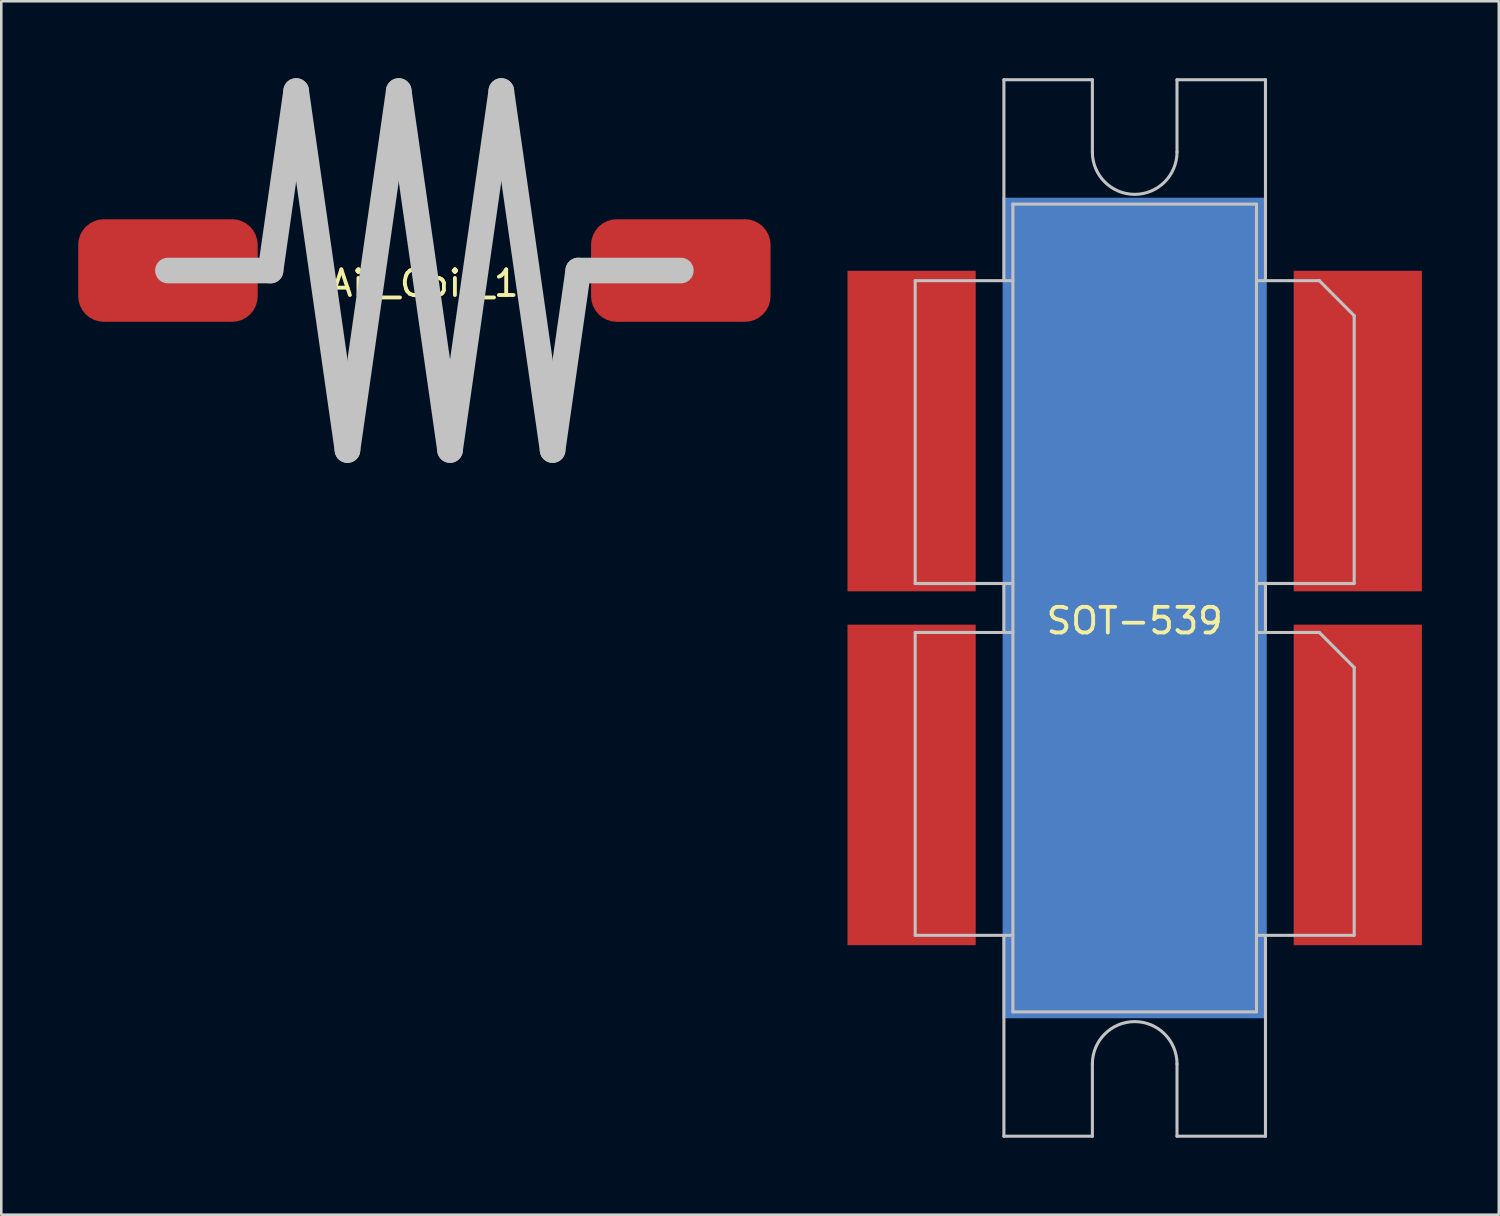
<source format=kicad_pcb>
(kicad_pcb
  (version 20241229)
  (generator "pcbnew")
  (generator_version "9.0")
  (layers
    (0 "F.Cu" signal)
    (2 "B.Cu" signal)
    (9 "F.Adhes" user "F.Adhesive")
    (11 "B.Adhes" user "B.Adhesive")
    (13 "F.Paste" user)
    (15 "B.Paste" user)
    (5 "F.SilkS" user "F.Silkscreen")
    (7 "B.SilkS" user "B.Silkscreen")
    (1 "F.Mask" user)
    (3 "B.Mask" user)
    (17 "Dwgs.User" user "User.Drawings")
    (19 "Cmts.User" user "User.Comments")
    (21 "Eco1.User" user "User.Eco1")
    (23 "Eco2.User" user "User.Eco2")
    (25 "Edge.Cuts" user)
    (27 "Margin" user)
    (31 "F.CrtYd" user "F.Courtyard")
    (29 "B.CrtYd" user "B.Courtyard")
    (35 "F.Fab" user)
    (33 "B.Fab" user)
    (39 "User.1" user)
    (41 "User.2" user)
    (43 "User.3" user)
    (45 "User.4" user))
  (footprint "SOT-539"
    (layer "F.Cu")
    (at 41.2 20.66)
    (property "Reference" "SOT-539" (at 0 0.5 0) (layer "F.SilkS") (effects (font (size 1 1) (thickness 0.15))))
    (attr through_hole)
    (fp_line (start -8.56 -12.765) (end -8.56 -0.955) (stroke (width 0.12) (type solid)) (layer "Dwgs.User"))
    (fp_line (start -8.56 -0.955) (end -4.75 -0.955) (stroke (width 0.12) (type solid)) (layer "Dwgs.User"))
    (fp_line (start -8.56 0.955) (end -8.56 12.765) (stroke (width 0.12) (type solid)) (layer "Dwgs.User"))
    (fp_line (start -8.56 12.765) (end -4.75 12.765) (stroke (width 0.12) (type solid)) (layer "Dwgs.User"))
    (fp_line (start -5.1 -20.6) (end -1.65 -20.6) (stroke (width 0.12) (type solid)) (layer "Dwgs.User"))
    (fp_line (start -5.1 -12.8) (end -5.1 -20.6) (stroke (width 0.12) (type solid)) (layer "Dwgs.User"))
    (fp_line (start -5.1 0.9) (end -5.1 -0.9) (stroke (width 0.12) (type solid)) (layer "Dwgs.User"))
    (fp_line (start -5.1 20.6) (end -5.1 12.8) (stroke (width 0.12) (type solid)) (layer "Dwgs.User"))
    (fp_line (start -4.75 -15.75) (end 4.75 -15.75) (stroke (width 0.12) (type solid)) (layer "Dwgs.User"))
    (fp_line (start -4.75 -12.765) (end -8.56 -12.765) (stroke (width 0.12) (type solid)) (layer "Dwgs.User"))
    (fp_line (start -4.75 0.955) (end -8.56 0.955) (stroke (width 0.12) (type solid)) (layer "Dwgs.User"))
    (fp_line (start -4.75 15.75) (end -4.75 -15.75) (stroke (width 0.12) (type solid)) (layer "Dwgs.User"))
    (fp_line (start -1.65 -20.6) (end -1.65 -17.78) (stroke (width 0.12) (type solid)) (layer "Dwgs.User"))
    (fp_line (start -1.65 20.6) (end -5.1 20.6) (stroke (width 0.12) (type solid)) (layer "Dwgs.User"))
    (fp_line (start -1.65 20.6) (end -1.65 17.78) (stroke (width 0.12) (type solid)) (layer "Dwgs.User"))
    (fp_line (start 1.65 -20.6) (end 1.65 -17.78) (stroke (width 0.12) (type solid)) (layer "Dwgs.User"))
    (fp_line (start 1.65 -20.6) (end 5.1 -20.6) (stroke (width 0.12) (type solid)) (layer "Dwgs.User"))
    (fp_line (start 1.65 20.6) (end 1.65 17.78) (stroke (width 0.12) (type solid)) (layer "Dwgs.User"))
    (fp_line (start 4.75 -15.75) (end 4.75 15.75) (stroke (width 0.12) (type solid)) (layer "Dwgs.User"))
    (fp_line (start 4.75 -0.955) (end 8.56 -0.955) (stroke (width 0.12) (type solid)) (layer "Dwgs.User"))
    (fp_line (start 4.75 12.765) (end 8.56 12.765) (stroke (width 0.12) (type solid)) (layer "Dwgs.User"))
    (fp_line (start 4.75 15.75) (end -4.75 15.75) (stroke (width 0.12) (type solid)) (layer "Dwgs.User"))
    (fp_line (start 5.1 -20.6) (end 5.1 -12.8) (stroke (width 0.12) (type solid)) (layer "Dwgs.User"))
    (fp_line (start 5.1 -0.9) (end 5.1 0.9) (stroke (width 0.12) (type solid)) (layer "Dwgs.User"))
    (fp_line (start 5.1 12.8) (end 5.1 20.6) (stroke (width 0.12) (type solid)) (layer "Dwgs.User"))
    (fp_line (start 5.1 20.6) (end 1.65 20.6) (stroke (width 0.12) (type solid)) (layer "Dwgs.User"))
    (fp_line (start 7.2 -12.765) (end 4.75 -12.765) (stroke (width 0.12) (type solid)) (layer "Dwgs.User"))
    (fp_line (start 7.2 0.955) (end 4.75 0.955) (stroke (width 0.12) (type solid)) (layer "Dwgs.User"))
    (fp_line (start 8.56 -11.4) (end 7.2 -12.765) (stroke (width 0.12) (type solid)) (layer "Dwgs.User"))
    (fp_line (start 8.56 -0.955) (end 8.56 -11.4) (stroke (width 0.12) (type solid)) (layer "Dwgs.User"))
    (fp_line (start 8.56 2.32) (end 7.2 0.955) (stroke (width 0.12) (type solid)) (layer "Dwgs.User"))
    (fp_line (start 8.56 12.765) (end 8.56 2.32) (stroke (width 0.12) (type solid)) (layer "Dwgs.User"))
    (fp_arc (start -1.65 17.78) (mid 0 16.13) (end 1.65 17.78) (stroke (width 0.12) (type solid)) (layer "Dwgs.User"))
    (fp_arc (start 1.65 -17.78) (mid 0 -16.13) (end -1.65 -17.78) (stroke (width 0.12) (type solid)) (layer "Dwgs.User"))
    (pad "1" smd rect (at 8.7 -6.9) (size 5 12.5) (layers "F.Cu" "F.Mask"))
    (pad "2" smd rect (at 8.7 6.9) (size 5 12.5) (layers "F.Cu" "F.Mask"))
    (pad "3" smd rect (at -8.7 -6.9) (size 5 12.5) (layers "F.Cu" "F.Mask"))
    (pad "4" smd rect (at -8.7 6.9) (size 5 12.5) (layers "F.Cu" "F.Mask"))
    (pad "5" smd rect (at 0 0) (size 10.3 32) (layers "F.Mask" "B.Cu")))
  (footprint "Air_Coil_1"
    (layer "F.Cu")
    (at 13.5 7.5)
    (property "Reference" "Air_Coil_1" (at 0 0.5 0) (layer "F.SilkS") (effects (font (size 1 1) (thickness 0.15))))
    (attr through_hole)
    (fp_line (start -6 0) (end -10 0) (stroke (width 1) (type solid)) (layer "Dwgs.User"))
    (fp_line (start -5 -7) (end -6 0) (stroke (width 1) (type solid)) (layer "Dwgs.User"))
    (fp_line (start -5 -7) (end -3 7) (stroke (width 1) (type solid)) (layer "Dwgs.User"))
    (fp_line (start -3 7) (end -1 -7) (stroke (width 1) (type solid)) (layer "Dwgs.User"))
    (fp_line (start -1 -7) (end 1 7) (stroke (width 1) (type solid)) (layer "Dwgs.User"))
    (fp_line (start 1 7) (end 3 -7) (stroke (width 1) (type solid)) (layer "Dwgs.User"))
    (fp_line (start 3 -7) (end 5 7) (stroke (width 1) (type solid)) (layer "Dwgs.User"))
    (fp_line (start 6 0) (end 5 7) (stroke (width 1) (type solid)) (layer "Dwgs.User"))
    (fp_line (start 6 0) (end 10 0) (stroke (width 1) (type solid)) (layer "Dwgs.User"))
    (pad "1" smd roundrect (at -10 0) (size 7 4) (layers "F.Cu" "F.Mask") (roundrect_rratio 0.25))
    (pad "2" smd roundrect (at 10 0) (size 7 4) (layers "F.Cu" "F.Mask") (roundrect_rratio 0.25)))
  (gr_rect
    (start -3 -3)
    (end 55.4 44.32)
    (stroke (width 0.1) (type default))
    (fill no)
    (layer "Edge.Cuts")))
</source>
